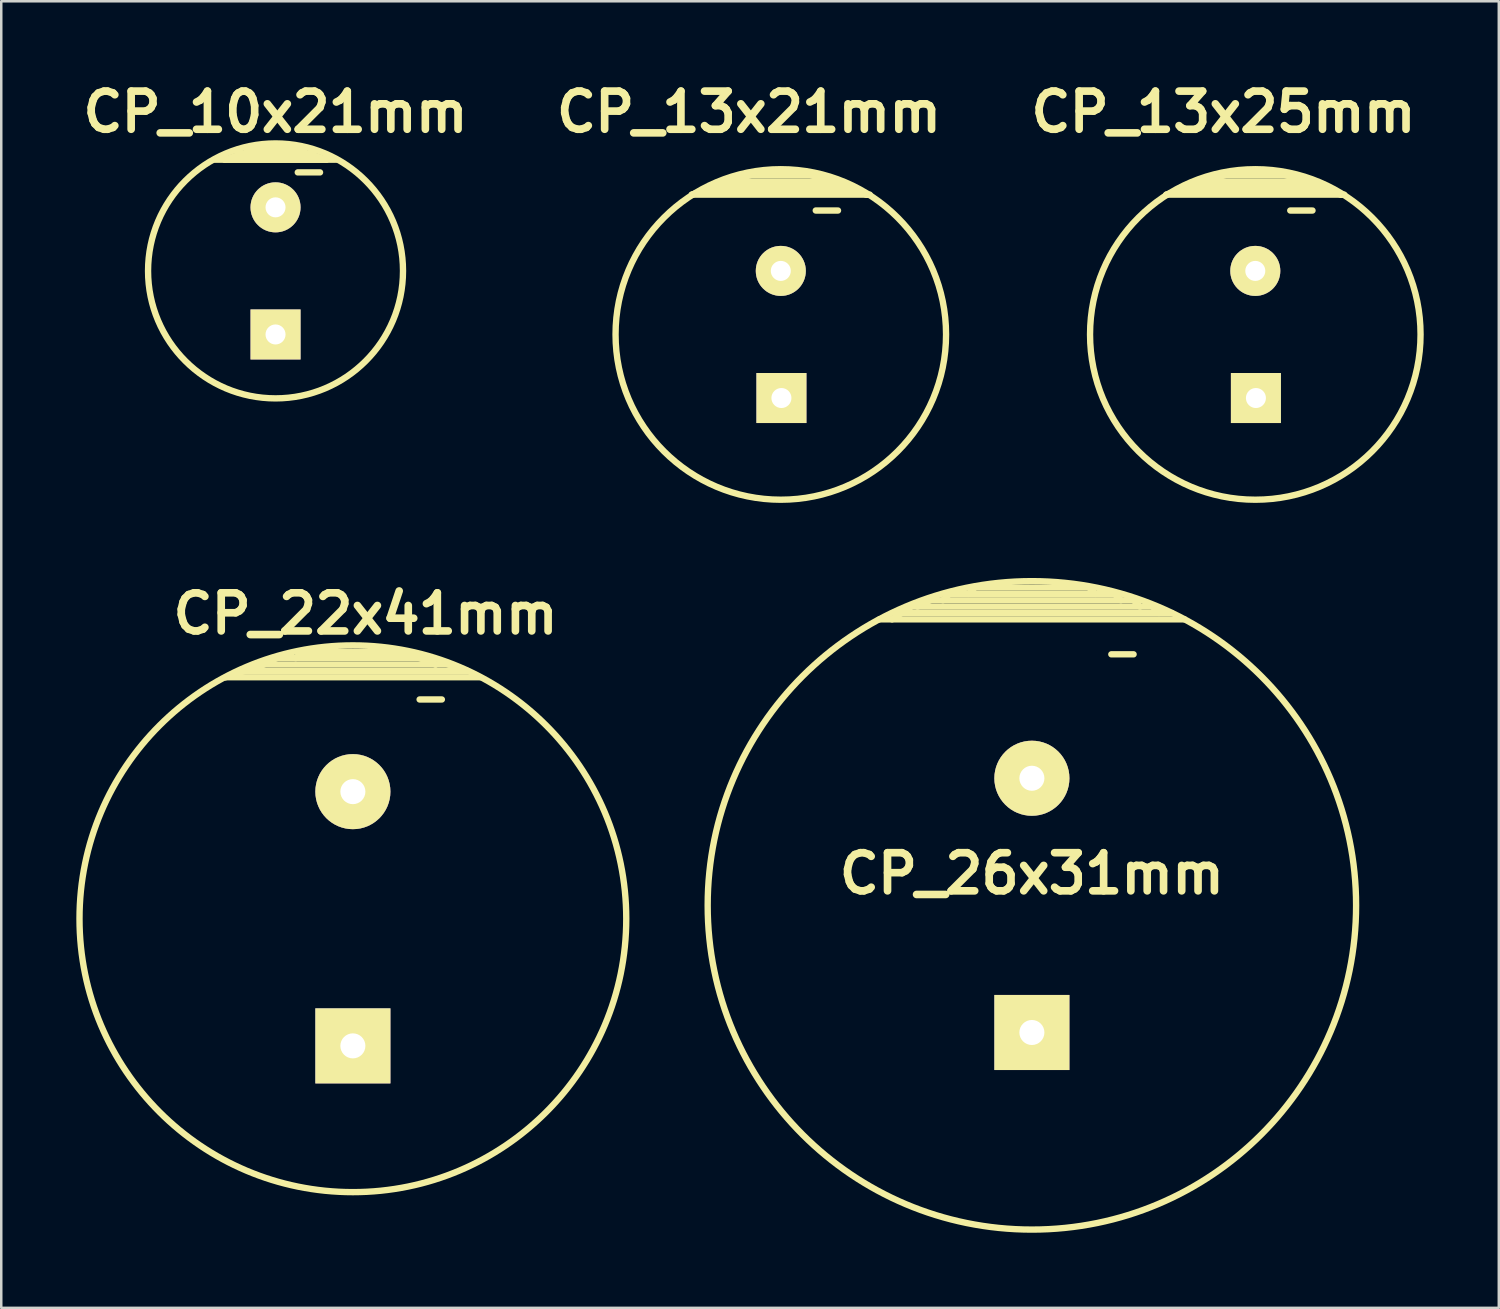
<source format=kicad_pcb>
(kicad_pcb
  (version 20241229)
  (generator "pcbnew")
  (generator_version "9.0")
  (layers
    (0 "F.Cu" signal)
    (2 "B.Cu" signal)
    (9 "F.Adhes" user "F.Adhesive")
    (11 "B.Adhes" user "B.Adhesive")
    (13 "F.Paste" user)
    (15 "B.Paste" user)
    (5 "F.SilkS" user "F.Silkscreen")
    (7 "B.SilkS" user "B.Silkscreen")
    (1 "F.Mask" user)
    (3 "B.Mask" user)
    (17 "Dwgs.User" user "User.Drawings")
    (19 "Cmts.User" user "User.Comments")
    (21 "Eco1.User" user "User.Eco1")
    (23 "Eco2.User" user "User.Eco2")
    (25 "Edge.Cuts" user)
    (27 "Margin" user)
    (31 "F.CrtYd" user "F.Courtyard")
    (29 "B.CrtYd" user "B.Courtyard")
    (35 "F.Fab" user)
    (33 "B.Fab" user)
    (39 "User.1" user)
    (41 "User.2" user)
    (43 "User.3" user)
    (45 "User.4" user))
  (footprint "CP_10x21mm"
    (layer "F.Cu")
    (at 7.961 7.776)
    (property "Reference" "CP_10x21mm" (at 0 -6.35 0) (layer "F.SilkS") (effects (font (size 1.524 1.524) (thickness 0.305))))
    (attr through_hole)
    (fp_line (start -2.413 -4.445) (end 2.413 -4.445) (stroke (width 0.254) (type solid)) (layer "F.SilkS"))
    (fp_line (start -2.032 -4.445) (end -1.651 -4.572) (stroke (width 0.254) (type solid)) (layer "F.SilkS"))
    (fp_line (start -1.651 -4.572) (end 1.651 -4.572) (stroke (width 0.254) (type solid)) (layer "F.SilkS"))
    (fp_line (start -1.524 -4.699) (end 1.524 -4.699) (stroke (width 0.254) (type solid)) (layer "F.SilkS"))
    (fp_line (start -1.016 -4.826) (end 1.016 -4.826) (stroke (width 0.254) (type solid)) (layer "F.SilkS"))
    (fp_line (start 0.889 -3.937) (end 1.778 -3.937) (stroke (width 0.254) (type solid)) (layer "F.SilkS"))
    (fp_line (start 1.016 -4.953) (end -1.016 -4.953) (stroke (width 0.254) (type solid)) (layer "F.SilkS"))
    (fp_line (start 1.143 -4.826) (end -1.143 -4.826) (stroke (width 0.254) (type solid)) (layer "F.SilkS"))
    (fp_line (start 1.651 -4.572) (end 2.032 -4.445) (stroke (width 0.254) (type solid)) (layer "F.SilkS"))
    (fp_line (start 2.032 -4.445) (end -2.032 -4.445) (stroke (width 0.254) (type solid)) (layer "F.SilkS"))
    (fp_circle (center 0 0) (end 5.08 0.381) (stroke (width 0.254) (type solid)) (fill no) (layer "F.SilkS"))
    (pad "1" thru_hole rect (at 0 2.54) (size 1.999 1.999) (drill 0.8) (layers "*.Cu" "*.Mask" "F.SilkS"))
    (pad "2" thru_hole circle (at 0 -2.54) (size 1.999 1.999) (drill 0.8) (layers "*.Cu" "*.Mask" "F.SilkS")))
  (footprint "CP_26x31mm"
    (layer "F.Cu")
    (at 38.187 33.131)
    (property "Reference" "CP_26x31mm" (at 0 -1.27 0) (layer "F.SilkS") (effects (font (size 1.524 1.524) (thickness 0.305))))
    (attr through_hole)
    (fp_line (start -5.334 -11.684) (end 5.588 -11.684) (stroke (width 0.254) (type solid)) (layer "F.SilkS"))
    (fp_line (start -4.826 -11.938) (end -5.588 -11.43) (stroke (width 0.254) (type solid)) (layer "F.SilkS"))
    (fp_line (start -4.572 -11.938) (end -4.064 -12.192) (stroke (width 0.254) (type solid)) (layer "F.SilkS"))
    (fp_line (start -4.064 -12.192) (end 4.064 -12.192) (stroke (width 0.254) (type solid)) (layer "F.SilkS"))
    (fp_line (start -3.302 -12.446) (end -3.556 -12.192) (stroke (width 0.254) (type solid)) (layer "F.SilkS"))
    (fp_line (start -2.54 -12.446) (end -2.286 -12.7) (stroke (width 0.254) (type solid)) (layer "F.SilkS"))
    (fp_line (start -2.286 -12.7) (end 2.286 -12.7) (stroke (width 0.254) (type solid)) (layer "F.SilkS"))
    (fp_line (start 2.286 -12.7) (end 2.54 -12.446) (stroke (width 0.254) (type solid)) (layer "F.SilkS"))
    (fp_line (start 3.175 -10.033) (end 4.064 -10.033) (stroke (width 0.254) (type solid)) (layer "F.SilkS"))
    (fp_line (start 3.302 -12.446) (end -3.302 -12.446) (stroke (width 0.254) (type solid)) (layer "F.SilkS"))
    (fp_line (start 3.556 -12.192) (end 3.302 -12.446) (stroke (width 0.254) (type solid)) (layer "F.SilkS"))
    (fp_line (start 4.064 -12.192) (end 4.318 -11.938) (stroke (width 0.254) (type solid)) (layer "F.SilkS"))
    (fp_line (start 4.826 -11.938) (end -4.826 -11.938) (stroke (width 0.254) (type solid)) (layer "F.SilkS"))
    (fp_line (start 5.08 -11.684) (end 4.826 -11.938) (stroke (width 0.254) (type solid)) (layer "F.SilkS"))
    (fp_line (start 6.096 -11.43) (end -6.096 -11.43) (stroke (width 0.254) (type solid)) (layer "F.SilkS"))
    (fp_circle (center 0 0) (end -12.954 -0.254) (stroke (width 0.254) (type solid)) (fill no) (layer "F.SilkS"))
    (pad "1" thru_hole rect (at 0 5.08) (size 3 3) (drill 1.001) (layers "*.Cu" "*.Mask" "F.SilkS"))
    (pad "2" thru_hole circle (at 0 -5.08) (size 3 3) (drill 1.001) (layers "*.Cu" "*.Mask" "F.SilkS")))
  (footprint "CP_13x25mm"
    (layer "F.Cu")
    (at 47.115 10.316)
    (property "Reference" "CP_13x25mm" (at -1.27 -8.89 0) (layer "F.SilkS") (effects (font (size 1.524 1.524) (thickness 0.305))))
    (attr through_hole)
    (fp_line (start -3.556 -5.588) (end -0.889 -6.477) (stroke (width 0.254) (type solid)) (layer "F.SilkS"))
    (fp_line (start -2.794 -5.842) (end -2.667 -5.842) (stroke (width 0.254) (type solid)) (layer "F.SilkS"))
    (fp_line (start -2.794 -5.715) (end -1.905 -5.715) (stroke (width 0.254) (type solid)) (layer "F.SilkS"))
    (fp_line (start -2.159 -6.096) (end 2.159 -6.096) (stroke (width 0.254) (type solid)) (layer "F.SilkS"))
    (fp_line (start -2.032 -5.969) (end 2.032 -5.969) (stroke (width 0.254) (type solid)) (layer "F.SilkS"))
    (fp_line (start -0.889 -6.477) (end 0.889 -6.477) (stroke (width 0.254) (type solid)) (layer "F.SilkS"))
    (fp_line (start 0.889 -6.477) (end 3.429 -5.588) (stroke (width 0.254) (type solid)) (layer "F.SilkS"))
    (fp_line (start 1.397 -6.35) (end -1.27 -6.35) (stroke (width 0.254) (type solid)) (layer "F.SilkS"))
    (fp_line (start 1.397 -4.953) (end 2.286 -4.953) (stroke (width 0.254) (type solid)) (layer "F.SilkS"))
    (fp_line (start 2.794 -5.842) (end -2.794 -5.842) (stroke (width 0.254) (type solid)) (layer "F.SilkS"))
    (fp_line (start 2.921 -5.715) (end -2.794 -5.715) (stroke (width 0.254) (type solid)) (layer "F.SilkS"))
    (fp_line (start 3.429 -5.588) (end 3.048 -5.715) (stroke (width 0.254) (type solid)) (layer "F.SilkS"))
    (fp_line (start 3.556 -5.588) (end -3.556 -5.588) (stroke (width 0.254) (type solid)) (layer "F.SilkS"))
    (fp_circle (center 0 0) (end -6.604 0) (stroke (width 0.254) (type solid)) (fill no) (layer "F.SilkS"))
    (pad "1" thru_hole rect (at 0.025 2.54) (size 1.999 1.999) (drill 0.8) (layers "*.Cu" "*.Mask" "F.SilkS"))
    (pad "2" thru_hole circle (at 0 -2.54) (size 1.999 1.999) (drill 0.8) (layers "*.Cu" "*.Mask" "F.SilkS")))
  (footprint "CP_22x41mm"
    (layer "F.Cu")
    (at 11.052 33.666)
    (property "Reference" "CP_22x41mm" (at 0.508 -12.192 0) (layer "F.SilkS") (effects (font (size 1.524 1.524) (thickness 0.305))))
    (attr through_hole)
    (fp_line (start -5.08 -9.652) (end -4.318 -9.906) (stroke (width 0.254) (type solid)) (layer "F.SilkS"))
    (fp_line (start -4.318 -9.906) (end 4.572 -9.906) (stroke (width 0.254) (type solid)) (layer "F.SilkS"))
    (fp_line (start -4.064 -9.906) (end -3.048 -10.414) (stroke (width 0.254) (type solid)) (layer "F.SilkS"))
    (fp_line (start -3.81 -10.16) (end -4.064 -9.906) (stroke (width 0.254) (type solid)) (layer "F.SilkS"))
    (fp_line (start -3.048 -10.414) (end 3.048 -10.414) (stroke (width 0.254) (type solid)) (layer "F.SilkS"))
    (fp_line (start -2.032 -10.668) (end -2.286 -10.414) (stroke (width 0.254) (type solid)) (layer "F.SilkS"))
    (fp_line (start 2.032 -10.668) (end -2.032 -10.668) (stroke (width 0.254) (type solid)) (layer "F.SilkS"))
    (fp_line (start 2.667 -8.763) (end 3.556 -8.763) (stroke (width 0.254) (type solid)) (layer "F.SilkS"))
    (fp_line (start 3.048 -10.414) (end 3.302 -10.16) (stroke (width 0.254) (type solid)) (layer "F.SilkS"))
    (fp_line (start 3.302 -10.16) (end 2.032 -10.668) (stroke (width 0.254) (type solid)) (layer "F.SilkS"))
    (fp_line (start 3.81 -10.16) (end -3.81 -10.16) (stroke (width 0.254) (type solid)) (layer "F.SilkS"))
    (fp_line (start 4.572 -9.906) (end 3.81 -10.16) (stroke (width 0.254) (type solid)) (layer "F.SilkS"))
    (fp_line (start 5.08 -9.652) (end -5.08 -9.652) (stroke (width 0.254) (type solid)) (layer "F.SilkS"))
    (fp_circle (center 0 0) (end 10.922 -0.254) (stroke (width 0.254) (type solid)) (fill no) (layer "F.SilkS"))
    (pad "1" thru_hole rect (at 0 5.08) (size 3 3) (drill 1.001) (layers "*.Cu" "*.Mask" "F.SilkS"))
    (pad "2" thru_hole circle (at 0 -5.08) (size 3 3) (drill 1.001) (layers "*.Cu" "*.Mask" "F.SilkS")))
  (footprint "CP_13x21mm"
    (layer "F.Cu")
    (at 28.153 10.316)
    (property "Reference" "CP_13x21mm" (at -1.27 -8.89 0) (layer "F.SilkS") (effects (font (size 1.524 1.524) (thickness 0.305))))
    (attr through_hole)
    (fp_line (start -3.556 -5.588) (end -0.889 -6.477) (stroke (width 0.254) (type solid)) (layer "F.SilkS"))
    (fp_line (start -2.794 -5.842) (end -2.667 -5.842) (stroke (width 0.254) (type solid)) (layer "F.SilkS"))
    (fp_line (start -2.794 -5.715) (end -1.905 -5.715) (stroke (width 0.254) (type solid)) (layer "F.SilkS"))
    (fp_line (start -2.159 -6.096) (end 2.159 -6.096) (stroke (width 0.254) (type solid)) (layer "F.SilkS"))
    (fp_line (start -2.032 -5.969) (end 2.032 -5.969) (stroke (width 0.254) (type solid)) (layer "F.SilkS"))
    (fp_line (start -0.889 -6.477) (end 0.889 -6.477) (stroke (width 0.254) (type solid)) (layer "F.SilkS"))
    (fp_line (start 0.889 -6.477) (end 3.429 -5.588) (stroke (width 0.254) (type solid)) (layer "F.SilkS"))
    (fp_line (start 1.397 -6.35) (end -1.27 -6.35) (stroke (width 0.254) (type solid)) (layer "F.SilkS"))
    (fp_line (start 1.397 -4.953) (end 2.286 -4.953) (stroke (width 0.254) (type solid)) (layer "F.SilkS"))
    (fp_line (start 2.794 -5.842) (end -2.794 -5.842) (stroke (width 0.254) (type solid)) (layer "F.SilkS"))
    (fp_line (start 2.921 -5.715) (end -2.794 -5.715) (stroke (width 0.254) (type solid)) (layer "F.SilkS"))
    (fp_line (start 3.429 -5.588) (end 3.048 -5.715) (stroke (width 0.254) (type solid)) (layer "F.SilkS"))
    (fp_line (start 3.556 -5.588) (end -3.556 -5.588) (stroke (width 0.254) (type solid)) (layer "F.SilkS"))
    (fp_circle (center 0 0) (end -6.604 0) (stroke (width 0.254) (type solid)) (fill no) (layer "F.SilkS"))
    (pad "1" thru_hole rect (at 0.025 2.54) (size 1.999 1.999) (drill 0.8) (layers "*.Cu" "*.Mask" "F.SilkS"))
    (pad "2" thru_hole circle (at 0 -2.54) (size 1.999 1.999) (drill 0.8) (layers "*.Cu" "*.Mask" "F.SilkS")))
  (gr_rect
    (start -3 -3)
    (end 56.846 49.214)
    (stroke (width 0.1) (type default))
    (fill no)
    (layer "Edge.Cuts")))
</source>
